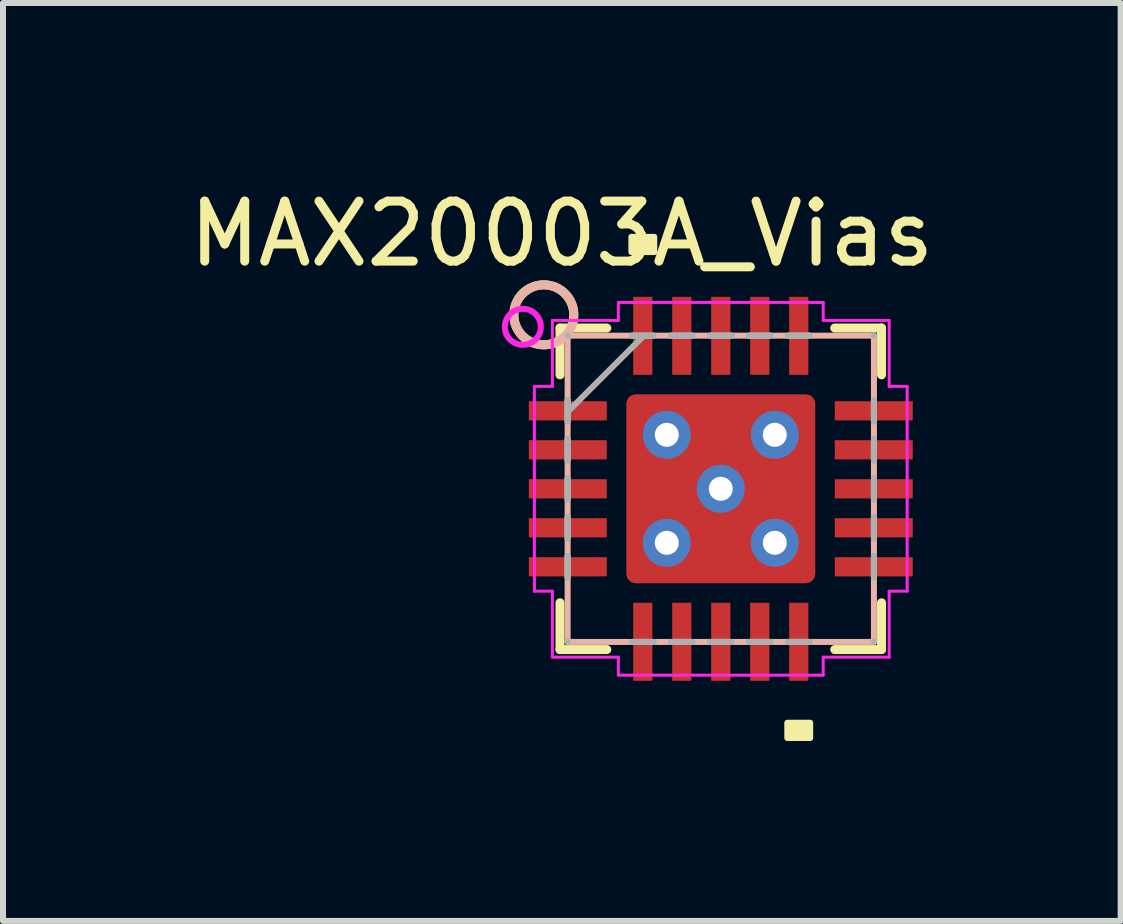
<source format=kicad_pcb>
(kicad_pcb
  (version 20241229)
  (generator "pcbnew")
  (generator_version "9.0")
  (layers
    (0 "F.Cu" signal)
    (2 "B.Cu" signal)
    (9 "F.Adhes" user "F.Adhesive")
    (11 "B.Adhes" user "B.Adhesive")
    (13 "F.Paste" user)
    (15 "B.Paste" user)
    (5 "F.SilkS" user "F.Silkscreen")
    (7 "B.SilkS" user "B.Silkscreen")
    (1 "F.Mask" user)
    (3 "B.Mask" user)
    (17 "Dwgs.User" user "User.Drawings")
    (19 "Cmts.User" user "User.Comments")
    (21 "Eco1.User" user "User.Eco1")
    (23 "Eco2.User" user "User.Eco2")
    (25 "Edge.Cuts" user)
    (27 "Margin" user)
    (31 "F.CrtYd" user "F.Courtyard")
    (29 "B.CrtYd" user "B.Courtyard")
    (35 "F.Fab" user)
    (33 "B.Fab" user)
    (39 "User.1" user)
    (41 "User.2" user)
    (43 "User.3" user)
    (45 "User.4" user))
  (footprint "MAX20003A_Vias"
    (layer "F.Cu")
    (at 8.965 5.098)
    (property "Reference" "MAX20003A_Vias" (at -2.65 -4.25 180) (layer "F.SilkS") (effects (font (size 1 1) (thickness 0.15))))
    (attr through_hole)
    (fp_line (start -2.68 -2.68) (end -2.68 -1.9) (stroke (width 0.15) (type solid)) (layer "F.SilkS"))
    (fp_line (start -2.68 1.9) (end -2.68 2.68) (stroke (width 0.15) (type solid)) (layer "F.SilkS"))
    (fp_line (start -2.68 2.68) (end -1.9 2.68) (stroke (width 0.15) (type solid)) (layer "F.SilkS"))
    (fp_line (start -1.9 -2.68) (end -2.68 -2.68) (stroke (width 0.15) (type solid)) (layer "F.SilkS"))
    (fp_line (start 1.9 2.68) (end 2.68 2.68) (stroke (width 0.15) (type solid)) (layer "F.SilkS"))
    (fp_line (start 2.68 -2.68) (end 1.9 -2.68) (stroke (width 0.15) (type solid)) (layer "F.SilkS"))
    (fp_line (start 2.68 -1.9) (end 2.68 -2.68) (stroke (width 0.15) (type solid)) (layer "F.SilkS"))
    (fp_line (start 2.68 2.68) (end 2.68 1.9) (stroke (width 0.15) (type solid)) (layer "F.SilkS"))
    (fp_circle (center -2.95 -2.9) (end -2.45 -2.9) (stroke (width 0.15) (type solid)) (fill no) (layer "F.SilkS"))
    (fp_poly (pts (xy -1.49 -3.946) (xy -1.49 -4.2) (xy -1.109 -4.2) (xy -1.109 -3.946)) (stroke (width 0.1) (type solid)) (fill yes) (layer "F.SilkS"))
    (fp_poly (pts (xy 1.109 3.9) (xy 1.109 4.154) (xy 1.49 4.154) (xy 1.49 3.9)) (stroke (width 0.1) (type solid)) (fill yes) (layer "F.SilkS"))
    (fp_line (start -2.553 -2.553) (end -2.553 2.553) (stroke (width 0.1) (type solid)) (layer "B.SilkS"))
    (fp_line (start -2.553 2.553) (end 2.553 2.553) (stroke (width 0.1) (type solid)) (layer "B.SilkS"))
    (fp_line (start 2.553 -2.553) (end -2.553 -2.553) (stroke (width 0.1) (type solid)) (layer "B.SilkS"))
    (fp_line (start 2.553 2.553) (end 2.553 -2.553) (stroke (width 0.1) (type solid)) (layer "B.SilkS"))
    (fp_circle (center -2.95 -2.9) (end -2.45 -2.9) (stroke (width 0.15) (type solid)) (fill no) (layer "B.SilkS"))
    (fp_poly (pts (xy -1.5 -1.5) (xy -1.5 -0.1) (xy -0.1 -0.1) (xy -0.1 -1.5)) (stroke (width 0.1) (type solid)) (fill yes) (layer "F.Paste"))
    (fp_poly (pts (xy -1.5 0.1) (xy -1.5 1.5) (xy -0.1 1.5) (xy -0.1 0.1)) (stroke (width 0.1) (type solid)) (fill yes) (layer "F.Paste"))
    (fp_poly (pts (xy 0.1 -1.5) (xy 0.1 -0.1) (xy 1.5 -0.1) (xy 1.5 -1.5)) (stroke (width 0.1) (type solid)) (fill yes) (layer "F.Paste"))
    (fp_poly (pts (xy 0.1 0.1) (xy 0.1 1.5) (xy 1.5 1.5) (xy 1.5 0.1)) (stroke (width 0.1) (type solid)) (fill yes) (layer "F.Paste"))
    (fp_line (start -3.107 -1.707) (end -2.807 -1.707) (stroke (width 0.05) (type solid)) (layer "F.CrtYd"))
    (fp_line (start -3.107 1.707) (end -3.107 -1.707) (stroke (width 0.05) (type solid)) (layer "F.CrtYd"))
    (fp_line (start -2.807 -2.807) (end -1.707 -2.807) (stroke (width 0.05) (type solid)) (layer "F.CrtYd"))
    (fp_line (start -2.807 -1.707) (end -2.807 -2.807) (stroke (width 0.05) (type solid)) (layer "F.CrtYd"))
    (fp_line (start -2.807 1.707) (end -3.107 1.707) (stroke (width 0.05) (type solid)) (layer "F.CrtYd"))
    (fp_line (start -2.807 2.807) (end -2.807 1.707) (stroke (width 0.05) (type solid)) (layer "F.CrtYd"))
    (fp_line (start -1.707 -3.107) (end 1.707 -3.107) (stroke (width 0.05) (type solid)) (layer "F.CrtYd"))
    (fp_line (start -1.707 -2.807) (end -1.707 -3.107) (stroke (width 0.05) (type solid)) (layer "F.CrtYd"))
    (fp_line (start -1.707 2.807) (end -2.807 2.807) (stroke (width 0.05) (type solid)) (layer "F.CrtYd"))
    (fp_line (start -1.707 3.107) (end -1.707 2.807) (stroke (width 0.05) (type solid)) (layer "F.CrtYd"))
    (fp_line (start 1.707 -3.107) (end 1.707 -2.807) (stroke (width 0.05) (type solid)) (layer "F.CrtYd"))
    (fp_line (start 1.707 -2.807) (end 2.807 -2.807) (stroke (width 0.05) (type solid)) (layer "F.CrtYd"))
    (fp_line (start 1.707 2.807) (end 1.707 3.107) (stroke (width 0.05) (type solid)) (layer "F.CrtYd"))
    (fp_line (start 1.707 3.107) (end -1.707 3.107) (stroke (width 0.05) (type solid)) (layer "F.CrtYd"))
    (fp_line (start 2.807 -2.807) (end 2.807 -1.707) (stroke (width 0.05) (type solid)) (layer "F.CrtYd"))
    (fp_line (start 2.807 -1.707) (end 3.107 -1.707) (stroke (width 0.05) (type solid)) (layer "F.CrtYd"))
    (fp_line (start 2.807 1.707) (end 2.807 2.807) (stroke (width 0.05) (type solid)) (layer "F.CrtYd"))
    (fp_line (start 2.807 2.807) (end 1.707 2.807) (stroke (width 0.05) (type solid)) (layer "F.CrtYd"))
    (fp_line (start 3.107 -1.707) (end 3.107 1.707) (stroke (width 0.05) (type solid)) (layer "F.CrtYd"))
    (fp_line (start 3.107 1.707) (end 2.807 1.707) (stroke (width 0.05) (type solid)) (layer "F.CrtYd"))
    (fp_circle (center -3.3 -2.7) (end -3 -2.7) (stroke (width 0.1) (type solid)) (fill no) (layer "F.CrtYd"))
    (fp_line (start -2.553 -2.553) (end -2.553 -2.553) (stroke (width 0.1) (type solid)) (layer "F.Fab"))
    (fp_line (start -2.553 -1.478) (end -2.553 -1.478) (stroke (width 0.1) (type solid)) (layer "F.Fab"))
    (fp_line (start -2.553 -1.478) (end -2.553 -1.122) (stroke (width 0.1) (type solid)) (layer "F.Fab"))
    (fp_line (start -2.553 -1.283) (end -1.283 -2.553) (stroke (width 0.1) (type solid)) (layer "F.Fab"))
    (fp_line (start -2.553 -1.122) (end -2.553 -1.478) (stroke (width 0.1) (type solid)) (layer "F.Fab"))
    (fp_line (start -2.553 -1.122) (end -2.553 -1.122) (stroke (width 0.1) (type solid)) (layer "F.Fab"))
    (fp_line (start -2.553 -0.828) (end -2.553 -0.828) (stroke (width 0.1) (type solid)) (layer "F.Fab"))
    (fp_line (start -2.553 -0.828) (end -2.553 -0.472) (stroke (width 0.1) (type solid)) (layer "F.Fab"))
    (fp_line (start -2.553 -0.472) (end -2.553 -0.828) (stroke (width 0.1) (type solid)) (layer "F.Fab"))
    (fp_line (start -2.553 -0.472) (end -2.553 -0.472) (stroke (width 0.1) (type solid)) (layer "F.Fab"))
    (fp_line (start -2.553 -0.178) (end -2.553 -0.178) (stroke (width 0.1) (type solid)) (layer "F.Fab"))
    (fp_line (start -2.553 -0.178) (end -2.553 0.178) (stroke (width 0.1) (type solid)) (layer "F.Fab"))
    (fp_line (start -2.553 0.178) (end -2.553 -0.178) (stroke (width 0.1) (type solid)) (layer "F.Fab"))
    (fp_line (start -2.553 0.178) (end -2.553 0.178) (stroke (width 0.1) (type solid)) (layer "F.Fab"))
    (fp_line (start -2.553 0.472) (end -2.553 0.472) (stroke (width 0.1) (type solid)) (layer "F.Fab"))
    (fp_line (start -2.553 0.472) (end -2.553 0.828) (stroke (width 0.1) (type solid)) (layer "F.Fab"))
    (fp_line (start -2.553 0.828) (end -2.553 0.472) (stroke (width 0.1) (type solid)) (layer "F.Fab"))
    (fp_line (start -2.553 0.828) (end -2.553 0.828) (stroke (width 0.1) (type solid)) (layer "F.Fab"))
    (fp_line (start -2.553 1.122) (end -2.553 1.122) (stroke (width 0.1) (type solid)) (layer "F.Fab"))
    (fp_line (start -2.553 1.122) (end -2.553 1.478) (stroke (width 0.1) (type solid)) (layer "F.Fab"))
    (fp_line (start -2.553 1.478) (end -2.553 1.122) (stroke (width 0.1) (type solid)) (layer "F.Fab"))
    (fp_line (start -2.553 1.478) (end -2.553 1.478) (stroke (width 0.1) (type solid)) (layer "F.Fab"))
    (fp_line (start -2.553 2.553) (end -2.553 2.553) (stroke (width 0.1) (type solid)) (layer "F.Fab"))
    (fp_line (start -1.478 -2.553) (end -1.478 -2.553) (stroke (width 0.1) (type solid)) (layer "F.Fab"))
    (fp_line (start -1.478 -2.553) (end -1.122 -2.553) (stroke (width 0.1) (type solid)) (layer "F.Fab"))
    (fp_line (start -1.478 2.553) (end -1.478 2.553) (stroke (width 0.1) (type solid)) (layer "F.Fab"))
    (fp_line (start -1.478 2.553) (end -1.122 2.553) (stroke (width 0.1) (type solid)) (layer "F.Fab"))
    (fp_line (start -1.122 -2.553) (end -1.478 -2.553) (stroke (width 0.1) (type solid)) (layer "F.Fab"))
    (fp_line (start -1.122 -2.553) (end -1.122 -2.553) (stroke (width 0.1) (type solid)) (layer "F.Fab"))
    (fp_line (start -1.122 2.553) (end -1.478 2.553) (stroke (width 0.1) (type solid)) (layer "F.Fab"))
    (fp_line (start -1.122 2.553) (end -1.122 2.553) (stroke (width 0.1) (type solid)) (layer "F.Fab"))
    (fp_line (start -0.828 -2.553) (end -0.828 -2.553) (stroke (width 0.1) (type solid)) (layer "F.Fab"))
    (fp_line (start -0.828 -2.553) (end -0.472 -2.553) (stroke (width 0.1) (type solid)) (layer "F.Fab"))
    (fp_line (start -0.828 2.553) (end -0.828 2.553) (stroke (width 0.1) (type solid)) (layer "F.Fab"))
    (fp_line (start -0.828 2.553) (end -0.472 2.553) (stroke (width 0.1) (type solid)) (layer "F.Fab"))
    (fp_line (start -0.472 -2.553) (end -0.828 -2.553) (stroke (width 0.1) (type solid)) (layer "F.Fab"))
    (fp_line (start -0.472 -2.553) (end -0.472 -2.553) (stroke (width 0.1) (type solid)) (layer "F.Fab"))
    (fp_line (start -0.472 2.553) (end -0.828 2.553) (stroke (width 0.1) (type solid)) (layer "F.Fab"))
    (fp_line (start -0.472 2.553) (end -0.472 2.553) (stroke (width 0.1) (type solid)) (layer "F.Fab"))
    (fp_line (start -0.178 -2.553) (end -0.178 -2.553) (stroke (width 0.1) (type solid)) (layer "F.Fab"))
    (fp_line (start -0.178 -2.553) (end 0.178 -2.553) (stroke (width 0.1) (type solid)) (layer "F.Fab"))
    (fp_line (start -0.178 2.553) (end -0.178 2.553) (stroke (width 0.1) (type solid)) (layer "F.Fab"))
    (fp_line (start -0.178 2.553) (end 0.178 2.553) (stroke (width 0.1) (type solid)) (layer "F.Fab"))
    (fp_line (start 0.178 -2.553) (end -0.178 -2.553) (stroke (width 0.1) (type solid)) (layer "F.Fab"))
    (fp_line (start 0.178 -2.553) (end 0.178 -2.553) (stroke (width 0.1) (type solid)) (layer "F.Fab"))
    (fp_line (start 0.178 2.553) (end -0.178 2.553) (stroke (width 0.1) (type solid)) (layer "F.Fab"))
    (fp_line (start 0.178 2.553) (end 0.178 2.553) (stroke (width 0.1) (type solid)) (layer "F.Fab"))
    (fp_line (start 0.472 -2.553) (end 0.472 -2.553) (stroke (width 0.1) (type solid)) (layer "F.Fab"))
    (fp_line (start 0.472 -2.553) (end 0.828 -2.553) (stroke (width 0.1) (type solid)) (layer "F.Fab"))
    (fp_line (start 0.472 2.553) (end 0.472 2.553) (stroke (width 0.1) (type solid)) (layer "F.Fab"))
    (fp_line (start 0.472 2.553) (end 0.828 2.553) (stroke (width 0.1) (type solid)) (layer "F.Fab"))
    (fp_line (start 0.828 -2.553) (end 0.472 -2.553) (stroke (width 0.1) (type solid)) (layer "F.Fab"))
    (fp_line (start 0.828 -2.553) (end 0.828 -2.553) (stroke (width 0.1) (type solid)) (layer "F.Fab"))
    (fp_line (start 0.828 2.553) (end 0.472 2.553) (stroke (width 0.1) (type solid)) (layer "F.Fab"))
    (fp_line (start 0.828 2.553) (end 0.828 2.553) (stroke (width 0.1) (type solid)) (layer "F.Fab"))
    (fp_line (start 1.122 -2.553) (end 1.122 -2.553) (stroke (width 0.1) (type solid)) (layer "F.Fab"))
    (fp_line (start 1.122 -2.553) (end 1.478 -2.553) (stroke (width 0.1) (type solid)) (layer "F.Fab"))
    (fp_line (start 1.122 2.553) (end 1.122 2.553) (stroke (width 0.1) (type solid)) (layer "F.Fab"))
    (fp_line (start 1.122 2.553) (end 1.478 2.553) (stroke (width 0.1) (type solid)) (layer "F.Fab"))
    (fp_line (start 1.478 -2.553) (end 1.122 -2.553) (stroke (width 0.1) (type solid)) (layer "F.Fab"))
    (fp_line (start 1.478 -2.553) (end 1.478 -2.553) (stroke (width 0.1) (type solid)) (layer "F.Fab"))
    (fp_line (start 1.478 2.553) (end 1.122 2.553) (stroke (width 0.1) (type solid)) (layer "F.Fab"))
    (fp_line (start 1.478 2.553) (end 1.478 2.553) (stroke (width 0.1) (type solid)) (layer "F.Fab"))
    (fp_line (start 2.553 -2.553) (end 2.553 -2.553) (stroke (width 0.1) (type solid)) (layer "F.Fab"))
    (fp_line (start 2.553 -1.478) (end 2.553 -1.478) (stroke (width 0.1) (type solid)) (layer "F.Fab"))
    (fp_line (start 2.553 -1.478) (end 2.553 -1.122) (stroke (width 0.1) (type solid)) (layer "F.Fab"))
    (fp_line (start 2.553 -1.122) (end 2.553 -1.478) (stroke (width 0.1) (type solid)) (layer "F.Fab"))
    (fp_line (start 2.553 -1.122) (end 2.553 -1.122) (stroke (width 0.1) (type solid)) (layer "F.Fab"))
    (fp_line (start 2.553 -0.828) (end 2.553 -0.828) (stroke (width 0.1) (type solid)) (layer "F.Fab"))
    (fp_line (start 2.553 -0.828) (end 2.553 -0.472) (stroke (width 0.1) (type solid)) (layer "F.Fab"))
    (fp_line (start 2.553 -0.472) (end 2.553 -0.828) (stroke (width 0.1) (type solid)) (layer "F.Fab"))
    (fp_line (start 2.553 -0.472) (end 2.553 -0.472) (stroke (width 0.1) (type solid)) (layer "F.Fab"))
    (fp_line (start 2.553 -0.178) (end 2.553 -0.178) (stroke (width 0.1) (type solid)) (layer "F.Fab"))
    (fp_line (start 2.553 -0.178) (end 2.553 0.178) (stroke (width 0.1) (type solid)) (layer "F.Fab"))
    (fp_line (start 2.553 0.178) (end 2.553 -0.178) (stroke (width 0.1) (type solid)) (layer "F.Fab"))
    (fp_line (start 2.553 0.178) (end 2.553 0.178) (stroke (width 0.1) (type solid)) (layer "F.Fab"))
    (fp_line (start 2.553 0.472) (end 2.553 0.472) (stroke (width 0.1) (type solid)) (layer "F.Fab"))
    (fp_line (start 2.553 0.472) (end 2.553 0.828) (stroke (width 0.1) (type solid)) (layer "F.Fab"))
    (fp_line (start 2.553 0.828) (end 2.553 0.472) (stroke (width 0.1) (type solid)) (layer "F.Fab"))
    (fp_line (start 2.553 0.828) (end 2.553 0.828) (stroke (width 0.1) (type solid)) (layer "F.Fab"))
    (fp_line (start 2.553 1.122) (end 2.553 1.122) (stroke (width 0.1) (type solid)) (layer "F.Fab"))
    (fp_line (start 2.553 1.122) (end 2.553 1.478) (stroke (width 0.1) (type solid)) (layer "F.Fab"))
    (fp_line (start 2.553 1.478) (end 2.553 1.122) (stroke (width 0.1) (type solid)) (layer "F.Fab"))
    (fp_line (start 2.553 1.478) (end 2.553 1.478) (stroke (width 0.1) (type solid)) (layer "F.Fab"))
    (fp_line (start 2.553 2.553) (end 2.553 2.553) (stroke (width 0.1) (type solid)) (layer "F.Fab"))
    (pad "1" smd rect (at -2.55 -1.3 90) (size 0.32 1.3) (layers "F.Cu" "F.Mask" "F.Paste"))
    (pad "2" smd rect (at -2.55 -0.65 90) (size 0.32 1.3) (layers "F.Cu" "F.Mask" "F.Paste"))
    (pad "3" smd rect (at -2.55 0 90) (size 0.32 1.3) (layers "F.Cu" "F.Mask" "F.Paste"))
    (pad "4" smd rect (at -2.55 0.65 90) (size 0.32 1.3) (layers "F.Cu" "F.Mask" "F.Paste"))
    (pad "5" smd rect (at -2.55 1.3 90) (size 0.32 1.3) (layers "F.Cu" "F.Mask" "F.Paste"))
    (pad "6" smd rect (at -1.3 2.55) (size 0.32 1.3) (layers "F.Cu" "F.Mask" "F.Paste"))
    (pad "7" smd rect (at -0.65 2.55) (size 0.32 1.3) (layers "F.Cu" "F.Mask" "F.Paste"))
    (pad "8" smd rect (at 0 2.55) (size 0.32 1.3) (layers "F.Cu" "F.Mask" "F.Paste"))
    (pad "9" smd rect (at 0.65 2.55) (size 0.32 1.3) (layers "F.Cu" "F.Mask" "F.Paste"))
    (pad "10" smd rect (at 1.3 2.55) (size 0.32 1.3) (layers "F.Cu" "F.Mask" "F.Paste"))
    (pad "11" smd rect (at 2.55 1.3 90) (size 0.32 1.3) (layers "F.Cu" "F.Mask" "F.Paste"))
    (pad "12" smd rect (at 2.55 0.65 90) (size 0.32 1.3) (layers "F.Cu" "F.Mask" "F.Paste"))
    (pad "13" smd rect (at 2.55 0 90) (size 0.32 1.3) (layers "F.Cu" "F.Mask" "F.Paste"))
    (pad "14" smd rect (at 2.55 -0.65 90) (size 0.32 1.3) (layers "F.Cu" "F.Mask" "F.Paste"))
    (pad "15" smd rect (at 2.55 -1.3 90) (size 0.32 1.3) (layers "F.Cu" "F.Mask" "F.Paste"))
    (pad "16" smd rect (at 1.3 -2.55) (size 0.32 1.3) (layers "F.Cu" "F.Mask" "F.Paste"))
    (pad "17" smd rect (at 0.65 -2.55) (size 0.32 1.3) (layers "F.Cu" "F.Mask" "F.Paste"))
    (pad "18" smd rect (at 0 -2.55) (size 0.32 1.3) (layers "F.Cu" "F.Mask" "F.Paste"))
    (pad "19" smd rect (at -0.65 -2.55) (size 0.32 1.3) (layers "F.Cu" "F.Mask" "F.Paste"))
    (pad "20" smd rect (at -1.3 -2.55) (size 0.32 1.3) (layers "F.Cu" "F.Mask" "F.Paste"))
    (pad "21" thru_hole circle (at -0.9 -0.9) (size 0.8 0.8) (drill 0.4) (layers "*.Cu"))
    (pad "21" thru_hole circle (at -0.9 0.9) (size 0.8 0.8) (drill 0.4) (layers "*.Cu"))
    (pad "21" thru_hole circle (at 0 0) (size 0.8 0.8) (drill 0.4) (layers "*.Cu"))
    (pad "21" smd roundrect (at 0 0) (size 3.15 3.15) (layers "F.Cu" "F.Mask" "F.Paste") (roundrect_rratio 0.05))
    (pad "21" thru_hole circle (at 0.9 -0.9) (size 0.8 0.8) (drill 0.4) (layers "*.Cu"))
    (pad "21" thru_hole circle (at 0.9 0.9) (size 0.8 0.8) (drill 0.4) (layers "*.Cu")))
  (gr_rect
    (start -3 -3)
    (end 15.631 12.302)
    (stroke (width 0.1) (type default))
    (fill no)
    (layer "Edge.Cuts")))
</source>
